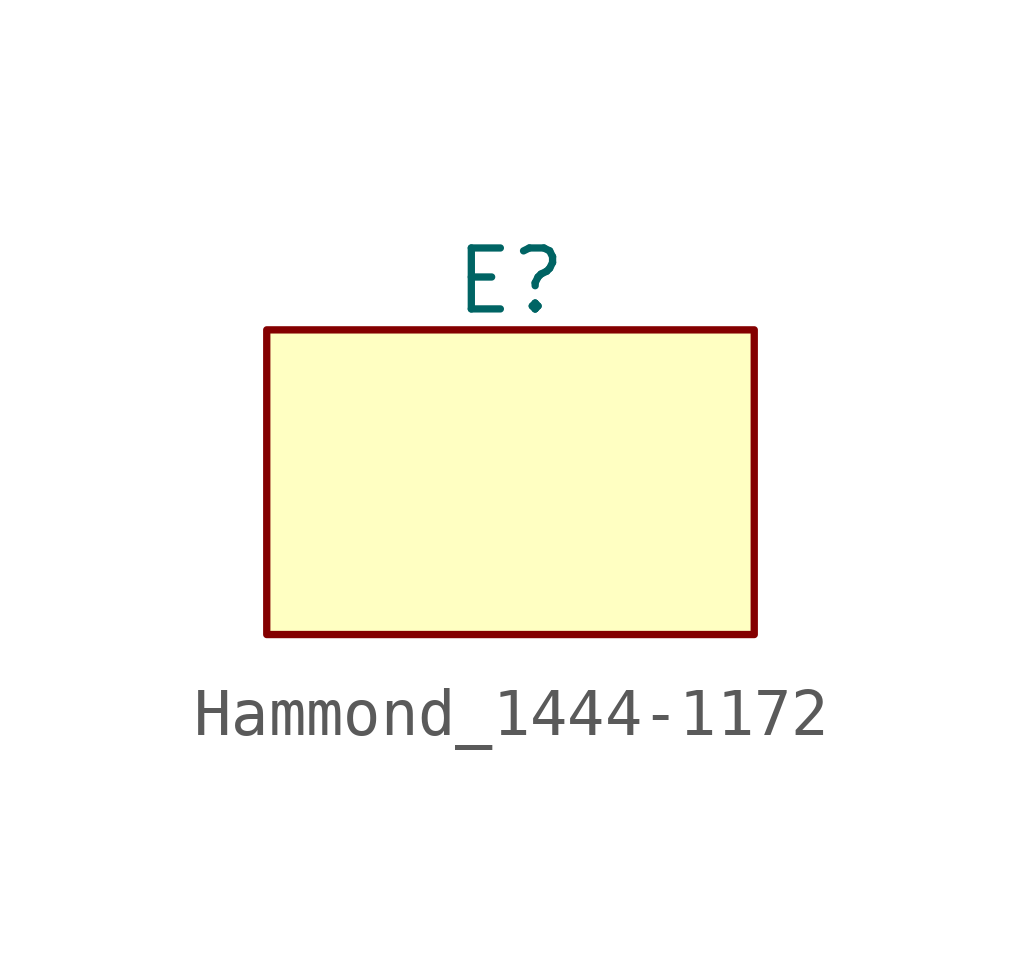
<source format=kicad_sym>
(kicad_symbol_lib
  (version 20231120)
  (generator "kicad_symbol_editor")
  (generator_version "8.0")
  (symbol "Hammond_1444-1172"
    (property "Reference" "E"
      (at 0 3.556 0)
      (effects (font (size 1.27 1.27))))
    (property "Value" ""
      (at 0 0 0)
      (effects (font (size 1.27 1.27))))
    (symbol "Hammond_1444-1172_1_1"
      (rectangle (start -5.08 2.54) (end 5.08 -3.81) (stroke (width 0) (type default)) (fill (type background))))))
</source>
